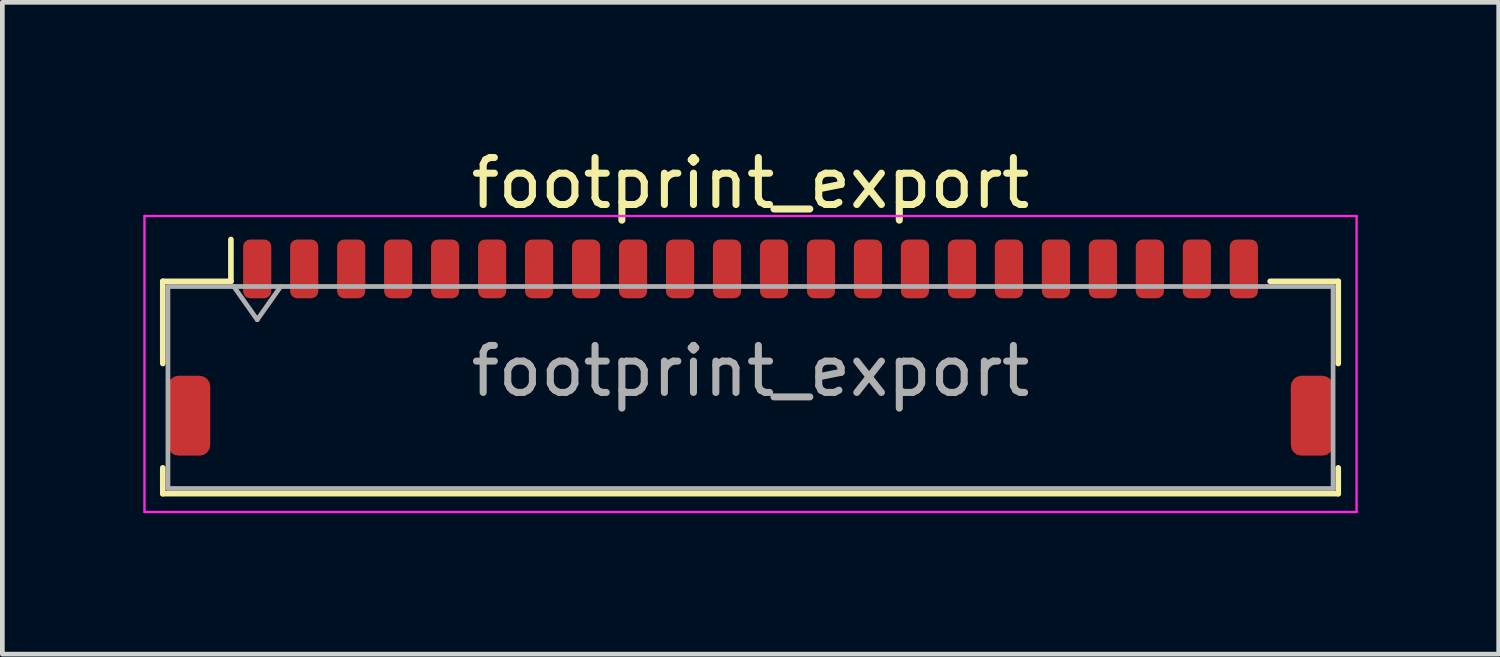
<source format=kicad_pcb>
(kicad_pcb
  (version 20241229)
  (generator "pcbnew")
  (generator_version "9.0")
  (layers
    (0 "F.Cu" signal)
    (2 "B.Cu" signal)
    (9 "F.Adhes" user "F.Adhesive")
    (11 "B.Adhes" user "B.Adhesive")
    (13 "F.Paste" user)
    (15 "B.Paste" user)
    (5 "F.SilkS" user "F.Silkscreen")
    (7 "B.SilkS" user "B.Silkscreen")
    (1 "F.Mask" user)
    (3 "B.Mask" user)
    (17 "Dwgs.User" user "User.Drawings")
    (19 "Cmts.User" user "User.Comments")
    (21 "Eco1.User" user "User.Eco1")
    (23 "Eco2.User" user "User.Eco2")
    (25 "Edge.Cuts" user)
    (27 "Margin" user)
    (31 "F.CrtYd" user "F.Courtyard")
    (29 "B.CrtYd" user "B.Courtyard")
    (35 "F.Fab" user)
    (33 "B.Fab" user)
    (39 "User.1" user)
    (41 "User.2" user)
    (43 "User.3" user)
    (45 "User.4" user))
  (footprint "footprint_export"
    (layer "F.Cu")
    (at 12.925 4.348)
    (property "Reference" "footprint_export" (at 0 -3.5 0) (layer "F.SilkS") (effects (font (size 1 1) (thickness 0.15))))
    (attr smd)
    (fp_line (start -12.51 -1.41) (end -11.06 -1.41) (stroke (width 0.12) (type solid)) (layer "F.SilkS"))
    (fp_line (start -12.51 0.34) (end -12.51 -1.41) (stroke (width 0.12) (type solid)) (layer "F.SilkS"))
    (fp_line (start -12.51 2.56) (end -12.51 3.11) (stroke (width 0.12) (type solid)) (layer "F.SilkS"))
    (fp_line (start -12.51 3.11) (end 12.51 3.11) (stroke (width 0.12) (type solid)) (layer "F.SilkS"))
    (fp_line (start -11.06 -1.41) (end -11.06 -2.3) (stroke (width 0.12) (type solid)) (layer "F.SilkS"))
    (fp_line (start 12.51 -1.41) (end 11.06 -1.41) (stroke (width 0.12) (type solid)) (layer "F.SilkS"))
    (fp_line (start 12.51 0.34) (end 12.51 -1.41) (stroke (width 0.12) (type solid)) (layer "F.SilkS"))
    (fp_line (start 12.51 3.11) (end 12.51 2.56) (stroke (width 0.12) (type solid)) (layer "F.SilkS"))
    (fp_line (start -12.9 -2.8) (end -12.9 3.5) (stroke (width 0.05) (type solid)) (layer "F.CrtYd"))
    (fp_line (start -12.9 3.5) (end 12.9 3.5) (stroke (width 0.05) (type solid)) (layer "F.CrtYd"))
    (fp_line (start 12.9 -2.8) (end -12.9 -2.8) (stroke (width 0.05) (type solid)) (layer "F.CrtYd"))
    (fp_line (start 12.9 3.5) (end 12.9 -2.8) (stroke (width 0.05) (type solid)) (layer "F.CrtYd"))
    (fp_line (start -12.4 -1.3) (end -12.4 3) (stroke (width 0.1) (type solid)) (layer "F.Fab"))
    (fp_line (start -12.4 -1.3) (end 12.4 -1.3) (stroke (width 0.1) (type solid)) (layer "F.Fab"))
    (fp_line (start -12.4 3) (end 12.4 3) (stroke (width 0.1) (type solid)) (layer "F.Fab"))
    (fp_line (start -11 -1.3) (end -10.5 -0.593) (stroke (width 0.1) (type solid)) (layer "F.Fab"))
    (fp_line (start -10.5 -0.593) (end -10 -1.3) (stroke (width 0.1) (type solid)) (layer "F.Fab"))
    (fp_line (start 12.4 -1.3) (end 12.4 3) (stroke (width 0.1) (type solid)) (layer "F.Fab"))
    (fp_text user "${REFERENCE}" (at 0 0.5 0) (layer "F.Fab") (effects (font (size 1 1) (thickness 0.15))))
    (pad "1" smd roundrect (at -10.5 -1.675) (size 0.6 1.25) (layers "F.Cu" "F.Mask" "F.Paste") (roundrect_rratio 0.25))
    (pad "2" smd roundrect (at -9.5 -1.675) (size 0.6 1.25) (layers "F.Cu" "F.Mask" "F.Paste") (roundrect_rratio 0.25))
    (pad "3" smd roundrect (at -8.5 -1.675) (size 0.6 1.25) (layers "F.Cu" "F.Mask" "F.Paste") (roundrect_rratio 0.25))
    (pad "4" smd roundrect (at -7.5 -1.675) (size 0.6 1.25) (layers "F.Cu" "F.Mask" "F.Paste") (roundrect_rratio 0.25))
    (pad "5" smd roundrect (at -6.5 -1.675) (size 0.6 1.25) (layers "F.Cu" "F.Mask" "F.Paste") (roundrect_rratio 0.25))
    (pad "6" smd roundrect (at -5.5 -1.675) (size 0.6 1.25) (layers "F.Cu" "F.Mask" "F.Paste") (roundrect_rratio 0.25))
    (pad "7" smd roundrect (at -4.5 -1.675) (size 0.6 1.25) (layers "F.Cu" "F.Mask" "F.Paste") (roundrect_rratio 0.25))
    (pad "8" smd roundrect (at -3.5 -1.675) (size 0.6 1.25) (layers "F.Cu" "F.Mask" "F.Paste") (roundrect_rratio 0.25))
    (pad "9" smd roundrect (at -2.5 -1.675) (size 0.6 1.25) (layers "F.Cu" "F.Mask" "F.Paste") (roundrect_rratio 0.25))
    (pad "10" smd roundrect (at -1.5 -1.675) (size 0.6 1.25) (layers "F.Cu" "F.Mask" "F.Paste") (roundrect_rratio 0.25))
    (pad "11" smd roundrect (at -0.5 -1.675) (size 0.6 1.25) (layers "F.Cu" "F.Mask" "F.Paste") (roundrect_rratio 0.25))
    (pad "12" smd roundrect (at 0.5 -1.675) (size 0.6 1.25) (layers "F.Cu" "F.Mask" "F.Paste") (roundrect_rratio 0.25))
    (pad "13" smd roundrect (at 1.5 -1.675) (size 0.6 1.25) (layers "F.Cu" "F.Mask" "F.Paste") (roundrect_rratio 0.25))
    (pad "14" smd roundrect (at 2.5 -1.675) (size 0.6 1.25) (layers "F.Cu" "F.Mask" "F.Paste") (roundrect_rratio 0.25))
    (pad "15" smd roundrect (at 3.5 -1.675) (size 0.6 1.25) (layers "F.Cu" "F.Mask" "F.Paste") (roundrect_rratio 0.25))
    (pad "16" smd roundrect (at 4.5 -1.675) (size 0.6 1.25) (layers "F.Cu" "F.Mask" "F.Paste") (roundrect_rratio 0.25))
    (pad "17" smd roundrect (at 5.5 -1.675) (size 0.6 1.25) (layers "F.Cu" "F.Mask" "F.Paste") (roundrect_rratio 0.25))
    (pad "18" smd roundrect (at 6.5 -1.675) (size 0.6 1.25) (layers "F.Cu" "F.Mask" "F.Paste") (roundrect_rratio 0.25))
    (pad "19" smd roundrect (at 7.5 -1.675) (size 0.6 1.25) (layers "F.Cu" "F.Mask" "F.Paste") (roundrect_rratio 0.25))
    (pad "20" smd roundrect (at 8.5 -1.675) (size 0.6 1.25) (layers "F.Cu" "F.Mask" "F.Paste") (roundrect_rratio 0.25))
    (pad "21" smd roundrect (at 9.5 -1.675) (size 0.6 1.25) (layers "F.Cu" "F.Mask" "F.Paste") (roundrect_rratio 0.25))
    (pad "22" smd roundrect (at 10.5 -1.675) (size 0.6 1.25) (layers "F.Cu" "F.Mask" "F.Paste") (roundrect_rratio 0.25))
    (pad "MP" smd roundrect (at -11.95 1.45) (size 0.9 1.7) (layers "F.Cu" "F.Mask" "F.Paste") (roundrect_rratio 0.25))
    (pad "MP" smd roundrect (at 11.95 1.45) (size 0.9 1.7) (layers "F.Cu" "F.Mask" "F.Paste") (roundrect_rratio 0.25)))
  (gr_rect
    (start -3 -3)
    (end 28.85 10.873)
    (stroke (width 0.1) (type default))
    (fill no)
    (layer "Edge.Cuts")))
</source>
